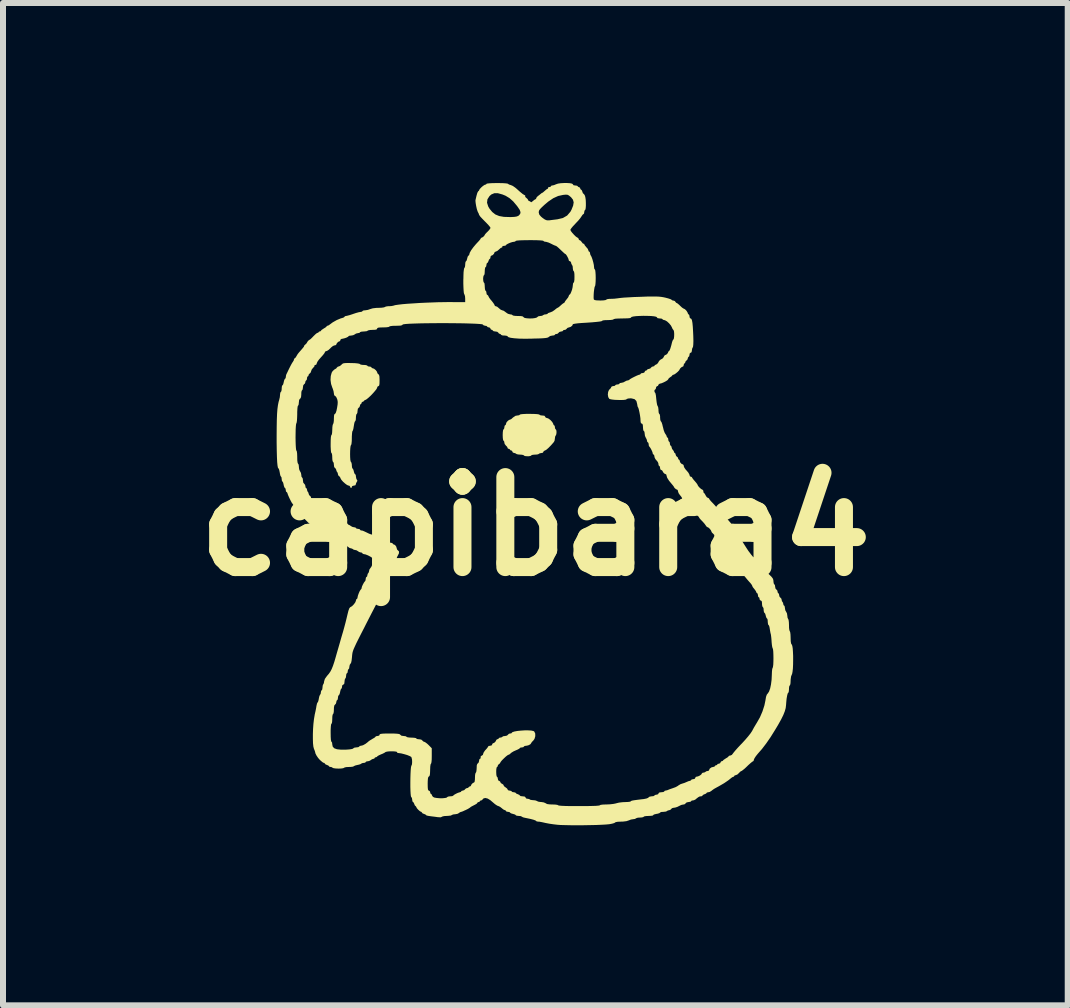
<source format=kicad_pcb>
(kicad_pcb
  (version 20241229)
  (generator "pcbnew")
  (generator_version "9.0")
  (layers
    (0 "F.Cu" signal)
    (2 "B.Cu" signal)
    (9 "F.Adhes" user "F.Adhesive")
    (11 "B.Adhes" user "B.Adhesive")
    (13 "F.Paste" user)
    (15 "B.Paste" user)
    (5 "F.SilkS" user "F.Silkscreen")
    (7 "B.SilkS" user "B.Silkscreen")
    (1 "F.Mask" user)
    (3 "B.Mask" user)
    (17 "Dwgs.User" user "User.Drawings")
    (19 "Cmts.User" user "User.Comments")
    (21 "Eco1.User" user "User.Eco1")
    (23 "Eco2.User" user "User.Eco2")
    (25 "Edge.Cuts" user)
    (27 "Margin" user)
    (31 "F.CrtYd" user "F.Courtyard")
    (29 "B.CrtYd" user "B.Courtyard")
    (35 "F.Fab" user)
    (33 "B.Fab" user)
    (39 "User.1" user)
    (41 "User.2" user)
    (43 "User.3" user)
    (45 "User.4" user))
  (footprint "capibara4"
    (layer "F.Cu")
    (at 5.871 5.722)
    (property "Reference" "capibara4" (at 0 0 0) (layer "F.SilkS") (effects (font (size 1.5 1.5) (thickness 0.3))))
    (attr board_only exclude_from_pos_files exclude_from_bom)
    (fp_poly (pts (xy -0.024 -1.874) (xy 0.029 -1.871) (xy 0.061 -1.866) (xy 0.068 -1.862) (xy 0.08 -1.853) (xy 0.109 -1.848) (xy 0.116 -1.848) (xy 0.151 -1.844) (xy 0.163 -1.83) (xy 0.163 -1.828) (xy 0.175 -1.811) (xy 0.192 -1.807) (xy 0.219 -1.797) (xy 0.251 -1.773) (xy 0.28 -1.742) (xy 0.297 -1.713) (xy 0.299 -1.704) (xy 0.307 -1.687) (xy 0.313 -1.685) (xy 0.323 -1.674) (xy 0.326 -1.651) (xy 0.331 -1.626) (xy 0.34 -1.617) (xy 0.349 -1.605) (xy 0.353 -1.576) (xy 0.353 -1.57) (xy 0.35 -1.537) (xy 0.341 -1.516) (xy 0.34 -1.515) (xy 0.33 -1.497) (xy 0.326 -1.466) (xy 0.321 -1.43) (xy 0.309 -1.406) (xy 0.261 -1.351) (xy 0.218 -1.307) (xy 0.183 -1.277) (xy 0.16 -1.264) (xy 0.158 -1.264) (xy 0.139 -1.254) (xy 0.136 -1.244) (xy 0.124 -1.227) (xy 0.103 -1.223) (xy 0.074 -1.218) (xy 0.061 -1.21) (xy 0.044 -1.201) (xy 0.009 -1.196) (xy -0.008 -1.196) (xy -0.044 -1.193) (xy -0.065 -1.186) (xy -0.068 -1.182) (xy -0.08 -1.174) (xy -0.111 -1.169) (xy -0.129 -1.169) (xy -0.166 -1.171) (xy -0.187 -1.178) (xy -0.19 -1.182) (xy -0.202 -1.19) (xy -0.233 -1.195) (xy -0.251 -1.196) (xy -0.289 -1.199) (xy -0.315 -1.206) (xy -0.319 -1.21) (xy -0.339 -1.221) (xy -0.354 -1.223) (xy -0.376 -1.232) (xy -0.381 -1.244) (xy -0.391 -1.262) (xy -0.401 -1.264) (xy -0.419 -1.271) (xy -0.421 -1.277) (xy -0.432 -1.29) (xy -0.442 -1.291) (xy -0.46 -1.3) (xy -0.462 -1.308) (xy -0.472 -1.329) (xy -0.489 -1.345) (xy -0.511 -1.373) (xy -0.516 -1.396) (xy -0.521 -1.42) (xy -0.53 -1.427) (xy -0.537 -1.44) (xy -0.542 -1.473) (xy -0.544 -1.522) (xy -0.544 -1.522) (xy -0.542 -1.571) (xy -0.537 -1.605) (xy -0.53 -1.617) (xy -0.53 -1.617) (xy -0.52 -1.629) (xy -0.516 -1.651) (xy -0.512 -1.677) (xy -0.503 -1.685) (xy -0.491 -1.696) (xy -0.489 -1.709) (xy -0.479 -1.736) (xy -0.454 -1.763) (xy -0.426 -1.779) (xy -0.419 -1.78) (xy -0.4 -1.789) (xy -0.375 -1.812) (xy -0.373 -1.814) (xy -0.33 -1.843) (xy -0.3 -1.848) (xy -0.271 -1.852) (xy -0.258 -1.862) (xy -0.258 -1.862) (xy -0.245 -1.868) (xy -0.208 -1.872) (xy -0.15 -1.875) (xy -0.095 -1.875)) (stroke (width 0) (type solid)) (fill yes) (layer "F.SilkS"))
    (fp_poly (pts (xy -3.071 -2.722) (xy -3.067 -2.722) (xy -3.003 -2.72) (xy -2.956 -2.715) (xy -2.929 -2.709) (xy -2.924 -2.705) (xy -2.909 -2.696) (xy -2.876 -2.691) (xy -2.86 -2.691) (xy -2.824 -2.688) (xy -2.802 -2.681) (xy -2.8 -2.677) (xy -2.788 -2.667) (xy -2.766 -2.664) (xy -2.74 -2.659) (xy -2.732 -2.65) (xy -2.721 -2.638) (xy -2.713 -2.636) (xy -2.687 -2.627) (xy -2.658 -2.603) (xy -2.639 -2.577) (xy -2.636 -2.565) (xy -2.625 -2.542) (xy -2.616 -2.536) (xy -2.605 -2.525) (xy -2.598 -2.497) (xy -2.596 -2.448) (xy -2.596 -2.433) (xy -2.597 -2.381) (xy -2.601 -2.352) (xy -2.61 -2.339) (xy -2.616 -2.338) (xy -2.633 -2.326) (xy -2.636 -2.311) (xy -2.646 -2.29) (xy -2.671 -2.258) (xy -2.705 -2.219) (xy -2.744 -2.178) (xy -2.782 -2.143) (xy -2.814 -2.117) (xy -2.835 -2.106) (xy -2.835 -2.106) (xy -2.852 -2.098) (xy -2.854 -2.093) (xy -2.865 -2.081) (xy -2.874 -2.079) (xy -2.892 -2.068) (xy -2.895 -2.059) (xy -2.902 -2.041) (xy -2.908 -2.039) (xy -2.92 -2.027) (xy -2.922 -2.013) (xy -2.931 -1.987) (xy -2.942 -1.979) (xy -2.958 -1.96) (xy -2.963 -1.923) (xy -2.966 -1.892) (xy -2.974 -1.876) (xy -2.976 -1.875) (xy -2.984 -1.863) (xy -2.989 -1.833) (xy -2.99 -1.814) (xy -2.992 -1.778) (xy -2.999 -1.756) (xy -3.003 -1.753) (xy -3.011 -1.741) (xy -3.019 -1.709) (xy -3.025 -1.672) (xy -3.032 -1.629) (xy -3.04 -1.599) (xy -3.046 -1.59) (xy -3.051 -1.578) (xy -3.055 -1.544) (xy -3.058 -1.496) (xy -3.058 -1.476) (xy -3.059 -1.423) (xy -3.063 -1.382) (xy -3.068 -1.359) (xy -3.071 -1.357) (xy -3.078 -1.342) (xy -3.083 -1.307) (xy -3.086 -1.259) (xy -3.087 -1.206) (xy -3.086 -1.154) (xy -3.083 -1.11) (xy -3.078 -1.083) (xy -3.074 -1.077) (xy -3.064 -1.061) (xy -3.058 -1.029) (xy -3.058 -1.018) (xy -3.055 -0.985) (xy -3.048 -0.966) (xy -3.046 -0.965) (xy -3.036 -0.953) (xy -3.026 -0.924) (xy -3.025 -0.917) (xy -3.016 -0.886) (xy -3.005 -0.87) (xy -3.003 -0.87) (xy -2.993 -0.858) (xy -2.99 -0.832) (xy -2.984 -0.798) (xy -2.974 -0.777) (xy -2.964 -0.759) (xy -2.974 -0.745) (xy -2.988 -0.717) (xy -2.99 -0.704) (xy -3 -0.684) (xy -3.024 -0.68) (xy -3.051 -0.672) (xy -3.058 -0.659) (xy -3.065 -0.641) (xy -3.071 -0.639) (xy -3.083 -0.65) (xy -3.085 -0.659) (xy -3.096 -0.676) (xy -3.112 -0.68) (xy -3.136 -0.689) (xy -3.169 -0.713) (xy -3.204 -0.744) (xy -3.232 -0.776) (xy -3.247 -0.802) (xy -3.248 -0.807) (xy -3.259 -0.828) (xy -3.268 -0.834) (xy -3.285 -0.852) (xy -3.289 -0.869) (xy -3.295 -0.895) (xy -3.302 -0.904) (xy -3.314 -0.923) (xy -3.316 -0.937) (xy -3.326 -0.962) (xy -3.336 -0.97) (xy -3.352 -0.989) (xy -3.357 -1.026) (xy -3.36 -1.057) (xy -3.368 -1.073) (xy -3.37 -1.074) (xy -3.378 -1.086) (xy -3.383 -1.118) (xy -3.384 -1.148) (xy -3.386 -1.189) (xy -3.392 -1.216) (xy -3.398 -1.223) (xy -3.404 -1.236) (xy -3.408 -1.273) (xy -3.411 -1.33) (xy -3.411 -1.373) (xy -3.41 -1.44) (xy -3.407 -1.489) (xy -3.401 -1.517) (xy -3.398 -1.522) (xy -3.39 -1.535) (xy -3.386 -1.568) (xy -3.384 -1.61) (xy -3.382 -1.656) (xy -3.377 -1.691) (xy -3.37 -1.706) (xy -3.363 -1.723) (xy -3.358 -1.758) (xy -3.357 -1.795) (xy -3.355 -1.844) (xy -3.348 -1.87) (xy -3.339 -1.875) (xy -3.327 -1.889) (xy -3.314 -1.927) (xy -3.304 -1.976) (xy -3.295 -2.033) (xy -3.293 -2.073) (xy -3.298 -2.106) (xy -3.304 -2.125) (xy -3.319 -2.157) (xy -3.336 -2.174) (xy -3.339 -2.174) (xy -3.352 -2.187) (xy -3.357 -2.216) (xy -3.363 -2.254) (xy -3.378 -2.3) (xy -3.384 -2.314) (xy -3.404 -2.374) (xy -3.413 -2.441) (xy -3.409 -2.506) (xy -3.394 -2.561) (xy -3.379 -2.586) (xy -3.354 -2.61) (xy -3.335 -2.623) (xy -3.333 -2.623) (xy -3.316 -2.634) (xy -3.311 -2.643) (xy -3.292 -2.661) (xy -3.281 -2.664) (xy -3.256 -2.673) (xy -3.231 -2.694) (xy -3.217 -2.708) (xy -3.2 -2.717) (xy -3.174 -2.721) (xy -3.133 -2.723)) (stroke (width 0) (type solid)) (fill yes) (layer "F.SilkS"))
    (fp_poly (pts (xy 0.577 -5.719) (xy 0.611 -5.712) (xy 0.625 -5.702) (xy 0.625 -5.701) (xy 0.637 -5.685) (xy 0.666 -5.681) (xy 0.695 -5.677) (xy 0.707 -5.667) (xy 0.707 -5.667) (xy 0.718 -5.655) (xy 0.727 -5.654) (xy 0.745 -5.643) (xy 0.747 -5.633) (xy 0.755 -5.615) (xy 0.761 -5.613) (xy 0.774 -5.601) (xy 0.783 -5.579) (xy 0.792 -5.553) (xy 0.801 -5.545) (xy 0.813 -5.534) (xy 0.827 -5.51) (xy 0.834 -5.481) (xy 0.84 -5.439) (xy 0.842 -5.39) (xy 0.842 -5.342) (xy 0.839 -5.302) (xy 0.833 -5.277) (xy 0.829 -5.273) (xy 0.819 -5.261) (xy 0.815 -5.239) (xy 0.811 -5.213) (xy 0.802 -5.205) (xy 0.788 -5.194) (xy 0.77 -5.168) (xy 0.768 -5.164) (xy 0.748 -5.135) (xy 0.715 -5.095) (xy 0.674 -5.052) (xy 0.665 -5.042) (xy 0.628 -5.003) (xy 0.6 -4.969) (xy 0.585 -4.946) (xy 0.584 -4.941) (xy 0.593 -4.921) (xy 0.616 -4.891) (xy 0.646 -4.858) (xy 0.676 -4.829) (xy 0.7 -4.813) (xy 0.706 -4.811) (xy 0.719 -4.8) (xy 0.72 -4.791) (xy 0.73 -4.772) (xy 0.738 -4.77) (xy 0.757 -4.759) (xy 0.774 -4.737) (xy 0.791 -4.715) (xy 0.804 -4.71) (xy 0.814 -4.707) (xy 0.815 -4.701) (xy 0.825 -4.682) (xy 0.847 -4.656) (xy 0.849 -4.653) (xy 0.873 -4.626) (xy 0.883 -4.602) (xy 0.883 -4.601) (xy 0.89 -4.582) (xy 0.897 -4.58) (xy 0.908 -4.569) (xy 0.911 -4.555) (xy 0.917 -4.527) (xy 0.922 -4.518) (xy 0.936 -4.493) (xy 0.951 -4.452) (xy 0.965 -4.402) (xy 0.975 -4.356) (xy 0.978 -4.323) (xy 0.982 -4.294) (xy 0.992 -4.281) (xy 0.992 -4.281) (xy 0.998 -4.268) (xy 1.002 -4.236) (xy 1.005 -4.19) (xy 1.006 -4.138) (xy 1.005 -4.086) (xy 1.002 -4.042) (xy 0.998 -4.012) (xy 0.994 -4.004) (xy 0.987 -3.987) (xy 0.981 -3.952) (xy 0.975 -3.906) (xy 0.972 -3.858) (xy 0.971 -3.815) (xy 0.973 -3.787) (xy 0.974 -3.784) (xy 0.986 -3.773) (xy 1.015 -3.767) (xy 1.065 -3.765) (xy 1.082 -3.764) (xy 1.133 -3.766) (xy 1.168 -3.771) (xy 1.182 -3.778) (xy 1.182 -3.778) (xy 1.195 -3.786) (xy 1.226 -3.791) (xy 1.255 -3.792) (xy 1.313 -3.794) (xy 1.374 -3.801) (xy 1.395 -3.804) (xy 1.428 -3.808) (xy 1.483 -3.813) (xy 1.556 -3.817) (xy 1.64 -3.822) (xy 1.731 -3.825) (xy 1.762 -3.826) (xy 1.864 -3.83) (xy 1.944 -3.831) (xy 2.006 -3.831) (xy 2.055 -3.829) (xy 2.096 -3.825) (xy 2.133 -3.819) (xy 2.166 -3.812) (xy 2.215 -3.799) (xy 2.251 -3.787) (xy 2.269 -3.778) (xy 2.27 -3.776) (xy 2.281 -3.767) (xy 2.297 -3.764) (xy 2.323 -3.756) (xy 2.333 -3.744) (xy 2.347 -3.726) (xy 2.354 -3.724) (xy 2.37 -3.715) (xy 2.397 -3.692) (xy 2.413 -3.676) (xy 2.443 -3.648) (xy 2.467 -3.631) (xy 2.474 -3.629) (xy 2.494 -3.618) (xy 2.518 -3.594) (xy 2.536 -3.566) (xy 2.541 -3.55) (xy 2.55 -3.535) (xy 2.555 -3.533) (xy 2.565 -3.522) (xy 2.569 -3.499) (xy 2.575 -3.473) (xy 2.587 -3.465) (xy 2.6 -3.458) (xy 2.61 -3.434) (xy 2.618 -3.391) (xy 2.624 -3.328) (xy 2.629 -3.24) (xy 2.632 -3.175) (xy 2.634 -3.091) (xy 2.632 -3.03) (xy 2.628 -2.994) (xy 2.624 -2.985) (xy 2.613 -2.962) (xy 2.609 -2.933) (xy 2.603 -2.902) (xy 2.589 -2.895) (xy 2.573 -2.883) (xy 2.569 -2.861) (xy 2.564 -2.835) (xy 2.555 -2.827) (xy 2.544 -2.815) (xy 2.541 -2.801) (xy 2.532 -2.776) (xy 2.521 -2.767) (xy 2.503 -2.749) (xy 2.501 -2.739) (xy 2.493 -2.72) (xy 2.487 -2.718) (xy 2.476 -2.707) (xy 2.473 -2.691) (xy 2.467 -2.669) (xy 2.459 -2.664) (xy 2.439 -2.655) (xy 2.417 -2.636) (xy 2.406 -2.618) (xy 2.405 -2.617) (xy 2.396 -2.6) (xy 2.372 -2.575) (xy 2.342 -2.55) (xy 2.315 -2.532) (xy 2.303 -2.528) (xy 2.285 -2.522) (xy 2.283 -2.516) (xy 2.272 -2.503) (xy 2.249 -2.487) (xy 2.224 -2.468) (xy 2.215 -2.452) (xy 2.204 -2.438) (xy 2.175 -2.419) (xy 2.138 -2.4) (xy 2.102 -2.385) (xy 2.073 -2.378) (xy 2.073 -2.378) (xy 2.055 -2.367) (xy 2.052 -2.358) (xy 2.041 -2.34) (xy 2.032 -2.338) (xy 2.015 -2.326) (xy 2.011 -2.31) (xy 2.006 -2.288) (xy 1.998 -2.283) (xy 1.987 -2.272) (xy 1.984 -2.256) (xy 1.989 -2.234) (xy 1.996 -2.229) (xy 2.002 -2.216) (xy 2.009 -2.183) (xy 2.014 -2.136) (xy 2.015 -2.125) (xy 2.021 -2.073) (xy 2.028 -2.032) (xy 2.036 -2.008) (xy 2.038 -2.007) (xy 2.047 -1.985) (xy 2.052 -1.948) (xy 2.052 -1.934) (xy 2.055 -1.898) (xy 2.062 -1.878) (xy 2.066 -1.875) (xy 2.074 -1.863) (xy 2.079 -1.833) (xy 2.079 -1.815) (xy 2.082 -1.778) (xy 2.089 -1.754) (xy 2.093 -1.751) (xy 2.103 -1.736) (xy 2.115 -1.702) (xy 2.126 -1.655) (xy 2.127 -1.654) (xy 2.139 -1.604) (xy 2.154 -1.564) (xy 2.167 -1.541) (xy 2.184 -1.516) (xy 2.188 -1.501) (xy 2.196 -1.483) (xy 2.202 -1.481) (xy 2.212 -1.47) (xy 2.215 -1.447) (xy 2.22 -1.422) (xy 2.229 -1.413) (xy 2.239 -1.402) (xy 2.242 -1.379) (xy 2.247 -1.354) (xy 2.256 -1.345) (xy 2.267 -1.334) (xy 2.27 -1.32) (xy 2.279 -1.29) (xy 2.29 -1.277) (xy 2.307 -1.254) (xy 2.31 -1.242) (xy 2.318 -1.225) (xy 2.324 -1.223) (xy 2.335 -1.212) (xy 2.338 -1.197) (xy 2.347 -1.172) (xy 2.358 -1.164) (xy 2.376 -1.146) (xy 2.378 -1.135) (xy 2.385 -1.117) (xy 2.392 -1.114) (xy 2.404 -1.103) (xy 2.405 -1.093) (xy 2.415 -1.065) (xy 2.438 -1.041) (xy 2.459 -1.033) (xy 2.471 -1.021) (xy 2.473 -1.005) (xy 2.483 -0.979) (xy 2.506 -0.946) (xy 2.521 -0.93) (xy 2.549 -0.897) (xy 2.566 -0.867) (xy 2.569 -0.856) (xy 2.577 -0.834) (xy 2.589 -0.829) (xy 2.607 -0.823) (xy 2.609 -0.818) (xy 2.618 -0.803) (xy 2.639 -0.775) (xy 2.657 -0.755) (xy 2.684 -0.723) (xy 2.701 -0.699) (xy 2.704 -0.691) (xy 2.714 -0.672) (xy 2.736 -0.647) (xy 2.763 -0.623) (xy 2.783 -0.612) (xy 2.785 -0.612) (xy 2.797 -0.6) (xy 2.8 -0.584) (xy 2.804 -0.562) (xy 2.81 -0.557) (xy 2.822 -0.546) (xy 2.837 -0.519) (xy 2.838 -0.516) (xy 2.856 -0.488) (xy 2.874 -0.476) (xy 2.875 -0.476) (xy 2.893 -0.468) (xy 2.895 -0.463) (xy 2.904 -0.447) (xy 2.927 -0.419) (xy 2.961 -0.384) (xy 2.963 -0.382) (xy 2.996 -0.346) (xy 3.021 -0.317) (xy 3.031 -0.3) (xy 3.031 -0.3) (xy 3.041 -0.286) (xy 3.044 -0.285) (xy 3.057 -0.275) (xy 3.058 -0.271) (xy 3.068 -0.248) (xy 3.091 -0.226) (xy 3.111 -0.217) (xy 3.125 -0.207) (xy 3.126 -0.203) (xy 3.136 -0.18) (xy 3.159 -0.158) (xy 3.179 -0.149) (xy 3.193 -0.14) (xy 3.194 -0.136) (xy 3.202 -0.12) (xy 3.225 -0.092) (xy 3.248 -0.066) (xy 3.278 -0.031) (xy 3.298 0.001) (xy 3.302 0.016) (xy 3.312 0.058) (xy 3.337 0.104) (xy 3.37 0.142) (xy 3.39 0.166) (xy 3.419 0.206) (xy 3.452 0.254) (xy 3.462 0.271) (xy 3.496 0.325) (xy 3.528 0.375) (xy 3.554 0.414) (xy 3.56 0.421) (xy 3.595 0.468) (xy 3.645 0.528) (xy 3.703 0.595) (xy 3.763 0.663) (xy 3.821 0.725) (xy 3.871 0.777) (xy 3.893 0.798) (xy 3.933 0.837) (xy 3.956 0.866) (xy 3.966 0.892) (xy 3.968 0.917) (xy 3.972 0.948) (xy 3.98 0.964) (xy 3.982 0.965) (xy 3.992 0.977) (xy 3.996 1.004) (xy 4.002 1.036) (xy 4.016 1.051) (xy 4.033 1.07) (xy 4.036 1.087) (xy 4.042 1.109) (xy 4.05 1.114) (xy 4.06 1.126) (xy 4.063 1.147) (xy 4.071 1.175) (xy 4.084 1.187) (xy 4.101 1.206) (xy 4.104 1.222) (xy 4.11 1.248) (xy 4.118 1.257) (xy 4.129 1.276) (xy 4.131 1.292) (xy 4.137 1.314) (xy 4.145 1.318) (xy 4.154 1.33) (xy 4.159 1.359) (xy 4.159 1.36) (xy 4.165 1.397) (xy 4.179 1.422) (xy 4.193 1.449) (xy 4.199 1.487) (xy 4.199 1.488) (xy 4.203 1.522) (xy 4.212 1.542) (xy 4.213 1.542) (xy 4.22 1.559) (xy 4.225 1.596) (xy 4.227 1.643) (xy 4.227 1.644) (xy 4.228 1.692) (xy 4.233 1.729) (xy 4.24 1.746) (xy 4.24 1.746) (xy 4.247 1.763) (xy 4.252 1.8) (xy 4.254 1.848) (xy 4.254 1.854) (xy 4.256 1.914) (xy 4.262 1.952) (xy 4.274 1.971) (xy 4.282 1.991) (xy 4.289 2.033) (xy 4.293 2.091) (xy 4.296 2.159) (xy 4.296 2.232) (xy 4.295 2.303) (xy 4.292 2.369) (xy 4.286 2.422) (xy 4.279 2.458) (xy 4.275 2.467) (xy 4.262 2.499) (xy 4.255 2.549) (xy 4.254 2.572) (xy 4.252 2.614) (xy 4.246 2.642) (xy 4.24 2.65) (xy 4.232 2.662) (xy 4.227 2.693) (xy 4.227 2.711) (xy 4.224 2.748) (xy 4.218 2.77) (xy 4.214 2.772) (xy 4.205 2.785) (xy 4.196 2.82) (xy 4.187 2.872) (xy 4.181 2.936) (xy 4.178 2.977) (xy 4.172 3.027) (xy 4.157 3.081) (xy 4.132 3.144) (xy 4.095 3.219) (xy 4.044 3.31) (xy 3.996 3.39) (xy 3.92 3.512) (xy 3.848 3.616) (xy 3.777 3.709) (xy 3.707 3.789) (xy 3.675 3.829) (xy 3.652 3.864) (xy 3.642 3.887) (xy 3.642 3.888) (xy 3.636 3.909) (xy 3.628 3.914) (xy 3.613 3.923) (xy 3.584 3.947) (xy 3.546 3.981) (xy 3.531 3.996) (xy 3.492 4.033) (xy 3.458 4.061) (xy 3.437 4.076) (xy 3.433 4.077) (xy 3.415 4.087) (xy 3.392 4.111) (xy 3.392 4.111) (xy 3.366 4.135) (xy 3.341 4.145) (xy 3.32 4.151) (xy 3.316 4.159) (xy 3.306 4.172) (xy 3.301 4.172) (xy 3.28 4.181) (xy 3.269 4.189) (xy 3.217 4.231) (xy 3.145 4.28) (xy 3.057 4.331) (xy 3.02 4.351) (xy 2.979 4.374) (xy 2.945 4.398) (xy 2.936 4.406) (xy 2.906 4.425) (xy 2.882 4.43) (xy 2.859 4.435) (xy 2.854 4.443) (xy 2.842 4.454) (xy 2.82 4.463) (xy 2.795 4.474) (xy 2.786 4.485) (xy 2.775 4.496) (xy 2.758 4.498) (xy 2.737 4.501) (xy 2.715 4.513) (xy 2.684 4.537) (xy 2.671 4.549) (xy 2.642 4.564) (xy 2.624 4.566) (xy 2.601 4.572) (xy 2.596 4.58) (xy 2.584 4.589) (xy 2.555 4.593) (xy 2.555 4.593) (xy 2.521 4.6) (xy 2.506 4.614) (xy 2.487 4.631) (xy 2.472 4.634) (xy 2.438 4.64) (xy 2.419 4.648) (xy 2.383 4.666) (xy 2.365 4.675) (xy 2.329 4.686) (xy 2.305 4.689) (xy 2.277 4.696) (xy 2.265 4.709) (xy 2.246 4.726) (xy 2.23 4.729) (xy 2.204 4.736) (xy 2.195 4.743) (xy 2.177 4.752) (xy 2.143 4.756) (xy 2.133 4.757) (xy 2.099 4.759) (xy 2.081 4.767) (xy 2.079 4.769) (xy 2.067 4.779) (xy 2.037 4.788) (xy 2.018 4.791) (xy 1.984 4.799) (xy 1.966 4.808) (xy 1.965 4.812) (xy 1.956 4.819) (xy 1.928 4.823) (xy 1.89 4.825) (xy 1.846 4.827) (xy 1.816 4.832) (xy 1.807 4.838) (xy 1.795 4.846) (xy 1.765 4.851) (xy 1.747 4.852) (xy 1.709 4.854) (xy 1.683 4.862) (xy 1.678 4.865) (xy 1.66 4.875) (xy 1.633 4.879) (xy 1.594 4.885) (xy 1.558 4.899) (xy 1.518 4.912) (xy 1.461 4.919) (xy 1.427 4.92) (xy 1.375 4.922) (xy 1.34 4.928) (xy 1.329 4.935) (xy 1.314 4.944) (xy 1.279 4.954) (xy 1.232 4.963) (xy 1.229 4.963) (xy 1.177 4.968) (xy 1.103 4.972) (xy 1.012 4.976) (xy 0.91 4.978) (xy 0.803 4.98) (xy 0.694 4.981) (xy 0.591 4.98) (xy 0.497 4.978) (xy 0.42 4.976) (xy 0.367 4.972) (xy 0.299 4.964) (xy 0.231 4.954) (xy 0.174 4.943) (xy 0.16 4.94) (xy 0.111 4.929) (xy 0.068 4.921) (xy 0.048 4.92) (xy 0.022 4.916) (xy 0.014 4.909) (xy 0.001 4.9) (xy -0.032 4.888) (xy -0.081 4.875) (xy -0.139 4.863) (xy -0.173 4.856) (xy -0.206 4.848) (xy -0.225 4.837) (xy -0.225 4.837) (xy -0.243 4.828) (xy -0.275 4.825) (xy -0.279 4.825) (xy -0.311 4.821) (xy -0.326 4.814) (xy -0.326 4.812) (xy -0.338 4.802) (xy -0.367 4.793) (xy -0.374 4.791) (xy -0.405 4.782) (xy -0.421 4.771) (xy -0.421 4.77) (xy -0.433 4.76) (xy -0.455 4.757) (xy -0.481 4.752) (xy -0.489 4.743) (xy -0.5 4.73) (xy -0.506 4.729) (xy -0.527 4.721) (xy -0.555 4.7) (xy -0.56 4.695) (xy -0.589 4.673) (xy -0.612 4.662) (xy -0.615 4.661) (xy -0.636 4.653) (xy -0.666 4.633) (xy -0.673 4.628) (xy -0.713 4.594) (xy -0.753 4.56) (xy -0.754 4.56) (xy -0.793 4.536) (xy -0.831 4.526) (xy -0.862 4.532) (xy -0.875 4.546) (xy -0.893 4.564) (xy -0.903 4.566) (xy -0.922 4.573) (xy -0.924 4.58) (xy -0.935 4.592) (xy -0.945 4.593) (xy -0.963 4.6) (xy -0.965 4.606) (xy -0.976 4.62) (xy -1.004 4.637) (xy -1.016 4.643) (xy -1.049 4.66) (xy -1.071 4.672) (xy -1.074 4.674) (xy -1.094 4.69) (xy -1.125 4.709) (xy -1.154 4.723) (xy -1.155 4.724) (xy -1.185 4.737) (xy -1.199 4.744) (xy -1.226 4.755) (xy -1.237 4.757) (xy -1.258 4.765) (xy -1.273 4.777) (xy -1.3 4.791) (xy -1.338 4.797) (xy -1.339 4.797) (xy -1.372 4.801) (xy -1.392 4.81) (xy -1.393 4.811) (xy -1.41 4.819) (xy -1.446 4.823) (xy -1.475 4.825) (xy -1.517 4.827) (xy -1.548 4.834) (xy -1.557 4.839) (xy -1.577 4.848) (xy -1.617 4.846) (xy -1.622 4.846) (xy -1.671 4.839) (xy -1.728 4.832) (xy -1.75 4.829) (xy -1.79 4.823) (xy -1.815 4.816) (xy -1.821 4.811) (xy -1.833 4.8) (xy -1.855 4.792) (xy -1.881 4.781) (xy -1.889 4.77) (xy -1.899 4.757) (xy -1.903 4.757) (xy -1.923 4.747) (xy -1.949 4.724) (xy -1.973 4.698) (xy -1.984 4.677) (xy -1.984 4.676) (xy -1.993 4.662) (xy -1.996 4.661) (xy -2.008 4.65) (xy -2.017 4.627) (xy -2.028 4.602) (xy -2.039 4.593) (xy -2.048 4.582) (xy -2.052 4.554) (xy -2.057 4.524) (xy -2.069 4.509) (xy -2.074 4.494) (xy -2.078 4.457) (xy -2.081 4.404) (xy -2.083 4.339) (xy -2.083 4.267) (xy -2.082 4.194) (xy -2.08 4.125) (xy -2.077 4.065) (xy -2.073 4.02) (xy -2.068 3.994) (xy -2.066 3.99) (xy -2.056 3.966) (xy -2.053 3.927) (xy -2.055 3.885) (xy -2.063 3.852) (xy -2.069 3.841) (xy -2.094 3.827) (xy -2.136 3.81) (xy -2.187 3.795) (xy -2.235 3.783) (xy -2.273 3.778) (xy -2.275 3.778) (xy -2.299 3.774) (xy -2.304 3.764) (xy -2.31 3.756) (xy -2.336 3.751) (xy -2.374 3.748) (xy -2.417 3.748) (xy -2.458 3.751) (xy -2.488 3.757) (xy -2.501 3.763) (xy -2.516 3.774) (xy -2.549 3.79) (xy -2.572 3.799) (xy -2.609 3.816) (xy -2.632 3.83) (xy -2.636 3.836) (xy -2.648 3.845) (xy -2.657 3.846) (xy -2.675 3.853) (xy -2.677 3.86) (xy -2.688 3.872) (xy -2.699 3.873) (xy -2.725 3.882) (xy -2.74 3.894) (xy -2.77 3.91) (xy -2.794 3.914) (xy -2.819 3.919) (xy -2.827 3.928) (xy -2.838 3.938) (xy -2.86 3.941) (xy -2.888 3.946) (xy -2.901 3.954) (xy -2.918 3.964) (xy -2.951 3.973) (xy -2.963 3.975) (xy -2.999 3.984) (xy -3.022 3.994) (xy -3.025 3.997) (xy -3.041 4.004) (xy -3.076 4.008) (xy -3.105 4.009) (xy -3.148 4.011) (xy -3.178 4.017) (xy -3.187 4.023) (xy -3.204 4.03) (xy -3.24 4.035) (xy -3.282 4.036) (xy -3.328 4.034) (xy -3.363 4.029) (xy -3.377 4.023) (xy -3.396 4.011) (xy -3.412 4.009) (xy -3.434 4.004) (xy -3.438 3.997) (xy -3.45 3.985) (xy -3.472 3.976) (xy -3.498 3.965) (xy -3.506 3.954) (xy -3.517 3.942) (xy -3.521 3.941) (xy -3.534 3.938) (xy -3.551 3.926) (xy -3.581 3.9) (xy -3.591 3.891) (xy -3.62 3.858) (xy -3.647 3.818) (xy -3.665 3.782) (xy -3.669 3.763) (xy -3.675 3.742) (xy -3.688 3.709) (xy -3.69 3.704) (xy -3.699 3.669) (xy -3.705 3.613) (xy -3.707 3.542) (xy -3.707 3.46) (xy -3.704 3.374) (xy -3.698 3.29) (xy -3.689 3.212) (xy -3.678 3.147) (xy -3.677 3.139) (xy -3.664 3.082) (xy -3.653 3.027) (xy -3.647 2.988) (xy -3.646 2.986) (xy -3.639 2.954) (xy -3.631 2.936) (xy -3.629 2.935) (xy -3.621 2.923) (xy -3.612 2.893) (xy -3.609 2.875) (xy -3.601 2.836) (xy -3.591 2.811) (xy -3.587 2.806) (xy -3.577 2.788) (xy -3.574 2.765) (xy -3.569 2.74) (xy -3.561 2.732) (xy -3.552 2.72) (xy -3.547 2.69) (xy -3.547 2.685) (xy -3.543 2.651) (xy -3.535 2.631) (xy -3.533 2.63) (xy -3.524 2.611) (xy -3.52 2.583) (xy -3.507 2.541) (xy -3.472 2.492) (xy -3.441 2.456) (xy -3.416 2.42) (xy -3.394 2.378) (xy -3.373 2.326) (xy -3.35 2.258) (xy -3.324 2.169) (xy -3.318 2.147) (xy -3.292 2.057) (xy -3.263 1.957) (xy -3.235 1.858) (xy -3.21 1.773) (xy -3.209 1.771) (xy -3.187 1.692) (xy -3.165 1.61) (xy -3.146 1.533) (xy -3.132 1.474) (xy -3.115 1.406) (xy -3.099 1.363) (xy -3.086 1.348) (xy -3.054 1.329) (xy -3.023 1.297) (xy -2.999 1.263) (xy -2.99 1.238) (xy -2.984 1.215) (xy -2.976 1.21) (xy -2.965 1.198) (xy -2.963 1.183) (xy -2.957 1.155) (xy -2.944 1.118) (xy -2.928 1.081) (xy -2.912 1.055) (xy -2.905 1.049) (xy -2.895 1.033) (xy -2.895 1.026) (xy -2.889 1.002) (xy -2.874 0.969) (xy -2.856 0.936) (xy -2.84 0.915) (xy -2.837 0.913) (xy -2.829 0.897) (xy -2.827 0.875) (xy -2.822 0.85) (xy -2.813 0.843) (xy -2.802 0.831) (xy -2.8 0.816) (xy -2.793 0.79) (xy -2.786 0.781) (xy -2.774 0.762) (xy -2.772 0.748) (xy -2.764 0.716) (xy -2.755 0.704) (xy -2.733 0.673) (xy -2.714 0.631) (xy -2.7 0.588) (xy -2.695 0.554) (xy -2.696 0.547) (xy -2.713 0.528) (xy -2.747 0.505) (xy -2.789 0.483) (xy -2.83 0.467) (xy -2.858 0.462) (xy -2.878 0.455) (xy -2.881 0.448) (xy -2.892 0.437) (xy -2.907 0.435) (xy -2.938 0.426) (xy -2.954 0.414) (xy -2.983 0.397) (xy -3.002 0.394) (xy -3.028 0.388) (xy -3.037 0.381) (xy -3.057 0.369) (xy -3.071 0.367) (xy -3.1 0.357) (xy -3.112 0.347) (xy -3.139 0.329) (xy -3.155 0.326) (xy -3.176 0.32) (xy -3.18 0.313) (xy -3.192 0.302) (xy -3.214 0.299) (xy -3.24 0.295) (xy -3.248 0.287) (xy -3.26 0.275) (xy -3.282 0.266) (xy -3.307 0.255) (xy -3.316 0.244) (xy -3.328 0.234) (xy -3.35 0.231) (xy -3.376 0.228) (xy -3.384 0.221) (xy -3.395 0.21) (xy -3.425 0.195) (xy -3.445 0.186) (xy -3.481 0.169) (xy -3.503 0.154) (xy -3.506 0.148) (xy -3.517 0.137) (xy -3.527 0.136) (xy -3.545 0.13) (xy -3.547 0.125) (xy -3.558 0.113) (xy -3.585 0.095) (xy -3.595 0.089) (xy -3.625 0.07) (xy -3.641 0.055) (xy -3.642 0.052) (xy -3.653 0.041) (xy -3.656 0.041) (xy -3.678 0.033) (xy -3.691 0.024) (xy -3.715 0.003) (xy -3.749 -0.029) (xy -3.788 -0.067) (xy -3.827 -0.106) (xy -3.862 -0.142) (xy -3.888 -0.169) (xy -3.9 -0.183) (xy -3.9 -0.184) (xy -3.909 -0.197) (xy -3.931 -0.22) (xy -3.934 -0.223) (xy -3.958 -0.249) (xy -3.968 -0.269) (xy -3.968 -0.27) (xy -3.976 -0.285) (xy -3.979 -0.285) (xy -3.992 -0.296) (xy -4.011 -0.322) (xy -4.015 -0.33) (xy -4.034 -0.36) (xy -4.047 -0.379) (xy -4.049 -0.381) (xy -4.061 -0.398) (xy -4.079 -0.432) (xy -4.099 -0.473) (xy -4.117 -0.513) (xy -4.129 -0.544) (xy -4.131 -0.554) (xy -4.14 -0.57) (xy -4.145 -0.571) (xy -4.155 -0.582) (xy -4.159 -0.605) (xy -4.163 -0.63) (xy -4.172 -0.639) (xy -4.182 -0.651) (xy -4.192 -0.681) (xy -4.194 -0.693) (xy -4.202 -0.727) (xy -4.212 -0.746) (xy -4.215 -0.747) (xy -4.223 -0.759) (xy -4.227 -0.788) (xy -4.227 -0.788) (xy -4.23 -0.817) (xy -4.238 -0.829) (xy -4.238 -0.829) (xy -4.247 -0.841) (xy -4.255 -0.872) (xy -4.259 -0.897) (xy -4.267 -0.936) (xy -4.275 -0.96) (xy -4.28 -0.965) (xy -4.289 -0.976) (xy -4.296 -1.012) (xy -4.302 -1.071) (xy -4.306 -1.155) (xy -4.309 -1.265) (xy -4.311 -1.401) (xy -4.311 -1.484) (xy -3.996 -1.484) (xy -3.995 -1.417) (xy -3.993 -1.356) (xy -3.99 -1.307) (xy -3.986 -1.274) (xy -3.982 -1.264) (xy -3.975 -1.251) (xy -3.97 -1.216) (xy -3.968 -1.165) (xy -3.968 -1.155) (xy -3.967 -1.101) (xy -3.962 -1.063) (xy -3.956 -1.047) (xy -3.955 -1.046) (xy -3.946 -1.034) (xy -3.941 -1.004) (xy -3.941 -0.993) (xy -3.936 -0.953) (xy -3.924 -0.923) (xy -3.921 -0.919) (xy -3.906 -0.891) (xy -3.9 -0.857) (xy -3.897 -0.828) (xy -3.887 -0.815) (xy -3.887 -0.815) (xy -3.878 -0.803) (xy -3.873 -0.774) (xy -3.873 -0.767) (xy -3.867 -0.729) (xy -3.853 -0.712) (xy -3.837 -0.693) (xy -3.832 -0.671) (xy -3.828 -0.646) (xy -3.819 -0.639) (xy -3.808 -0.627) (xy -3.805 -0.612) (xy -3.799 -0.586) (xy -3.792 -0.578) (xy -3.78 -0.558) (xy -3.778 -0.544) (xy -3.768 -0.519) (xy -3.758 -0.512) (xy -3.741 -0.493) (xy -3.737 -0.476) (xy -3.729 -0.454) (xy -3.717 -0.448) (xy -3.699 -0.443) (xy -3.697 -0.438) (xy -3.688 -0.422) (xy -3.669 -0.396) (xy -3.646 -0.371) (xy -3.627 -0.355) (xy -3.623 -0.353) (xy -3.61 -0.348) (xy -3.588 -0.331) (xy -3.553 -0.3) (xy -3.52 -0.268) (xy -3.488 -0.24) (xy -3.463 -0.221) (xy -3.453 -0.217) (xy -3.439 -0.208) (xy -3.438 -0.204) (xy -3.427 -0.192) (xy -3.414 -0.19) (xy -3.39 -0.18) (xy -3.365 -0.156) (xy -3.33 -0.128) (xy -3.297 -0.122) (xy -3.253 -0.111) (xy -3.229 -0.088) (xy -3.193 -0.06) (xy -3.165 -0.054) (xy -3.137 -0.05) (xy -3.126 -0.041) (xy -3.115 -0.028) (xy -3.111 -0.027) (xy -3.09 -0.018) (xy -3.076 -0.007) (xy -3.047 0.009) (xy -3.023 0.014) (xy -2.998 0.018) (xy -2.99 0.027) (xy -2.978 0.037) (xy -2.956 0.041) (xy -2.93 0.045) (xy -2.922 0.054) (xy -2.911 0.066) (xy -2.901 0.068) (xy -2.887 0.069) (xy -2.871 0.074) (xy -2.844 0.086) (xy -2.802 0.106) (xy -2.788 0.113) (xy -2.754 0.128) (xy -2.727 0.136) (xy -2.725 0.136) (xy -2.705 0.142) (xy -2.702 0.146) (xy -2.685 0.162) (xy -2.652 0.18) (xy -2.613 0.196) (xy -2.58 0.204) (xy -2.574 0.204) (xy -2.549 0.209) (xy -2.541 0.217) (xy -2.53 0.228) (xy -2.513 0.231) (xy -2.48 0.24) (xy -2.465 0.251) (xy -2.435 0.268) (xy -2.411 0.272) (xy -2.386 0.277) (xy -2.378 0.285) (xy -2.368 0.298) (xy -2.364 0.299) (xy -2.338 0.31) (xy -2.318 0.337) (xy -2.31 0.365) (xy -2.301 0.39) (xy -2.29 0.399) (xy -2.272 0.418) (xy -2.273 0.449) (xy -2.29 0.483) (xy -2.306 0.514) (xy -2.31 0.533) (xy -2.317 0.554) (xy -2.324 0.557) (xy -2.334 0.569) (xy -2.338 0.591) (xy -2.345 0.618) (xy -2.358 0.625) (xy -2.374 0.637) (xy -2.378 0.656) (xy -2.389 0.688) (xy -2.405 0.707) (xy -2.427 0.733) (xy -2.433 0.755) (xy -2.441 0.784) (xy -2.462 0.818) (xy -2.467 0.823) (xy -2.492 0.863) (xy -2.508 0.904) (xy -2.509 0.907) (xy -2.518 0.937) (xy -2.529 0.951) (xy -2.53 0.951) (xy -2.537 0.96) (xy -2.535 0.965) (xy -2.538 0.977) (xy -2.547 0.978) (xy -2.562 0.987) (xy -2.568 1.014) (xy -2.569 1.033) (xy -2.572 1.067) (xy -2.579 1.086) (xy -2.582 1.087) (xy -2.593 1.099) (xy -2.596 1.114) (xy -2.605 1.137) (xy -2.619 1.142) (xy -2.634 1.145) (xy -2.626 1.158) (xy -2.611 1.186) (xy -2.616 1.225) (xy -2.631 1.257) (xy -2.642 1.279) (xy -2.664 1.322) (xy -2.695 1.382) (xy -2.734 1.457) (xy -2.778 1.543) (xy -2.826 1.637) (xy -2.85 1.685) (xy -2.905 1.792) (xy -2.949 1.879) (xy -2.983 1.947) (xy -3.008 2.001) (xy -3.027 2.043) (xy -3.039 2.076) (xy -3.047 2.105) (xy -3.051 2.131) (xy -3.054 2.157) (xy -3.055 2.174) (xy -3.062 2.237) (xy -3.071 2.276) (xy -3.08 2.287) (xy -3.093 2.308) (xy -3.099 2.338) (xy -3.103 2.367) (xy -3.112 2.378) (xy -3.122 2.39) (xy -3.126 2.412) (xy -3.13 2.438) (xy -3.139 2.446) (xy -3.149 2.458) (xy -3.153 2.486) (xy -3.157 2.518) (xy -3.167 2.535) (xy -3.176 2.553) (xy -3.18 2.586) (xy -3.18 2.59) (xy -3.185 2.625) (xy -3.199 2.636) (xy -3.2 2.636) (xy -3.217 2.648) (xy -3.221 2.67) (xy -3.225 2.696) (xy -3.233 2.704) (xy -3.242 2.716) (xy -3.251 2.746) (xy -3.253 2.759) (xy -3.262 2.793) (xy -3.272 2.812) (xy -3.275 2.813) (xy -3.285 2.825) (xy -3.289 2.853) (xy -3.289 2.854) (xy -3.293 2.883) (xy -3.302 2.895) (xy -3.302 2.895) (xy -3.313 2.906) (xy -3.316 2.927) (xy -3.324 2.955) (xy -3.336 2.968) (xy -3.349 2.982) (xy -3.356 3.016) (xy -3.357 3.051) (xy -3.359 3.092) (xy -3.365 3.119) (xy -3.37 3.126) (xy -3.378 3.138) (xy -3.383 3.17) (xy -3.384 3.207) (xy -3.386 3.251) (xy -3.391 3.28) (xy -3.398 3.289) (xy -3.404 3.302) (xy -3.408 3.338) (xy -3.411 3.395) (xy -3.411 3.438) (xy -3.41 3.506) (xy -3.407 3.555) (xy -3.401 3.583) (xy -3.398 3.588) (xy -3.388 3.6) (xy -3.384 3.629) (xy -3.384 3.634) (xy -3.376 3.671) (xy -3.35 3.698) (xy -3.305 3.714) (xy -3.237 3.721) (xy -3.163 3.721) (xy -3.095 3.716) (xy -3.052 3.709) (xy -3.034 3.7) (xy -3.034 3.699) (xy -3.018 3.688) (xy -2.986 3.683) (xy -2.982 3.683) (xy -2.951 3.679) (xy -2.936 3.671) (xy -2.935 3.669) (xy -2.924 3.658) (xy -2.908 3.656) (xy -2.872 3.647) (xy -2.829 3.623) (xy -2.789 3.592) (xy -2.786 3.588) (xy -2.761 3.569) (xy -2.724 3.547) (xy -2.715 3.541) (xy -2.683 3.523) (xy -2.665 3.508) (xy -2.664 3.504) (xy -2.652 3.496) (xy -2.63 3.493) (xy -2.602 3.486) (xy -2.596 3.472) (xy -2.592 3.464) (xy -2.577 3.458) (xy -2.547 3.454) (xy -2.498 3.452) (xy -2.427 3.452) (xy -2.355 3.452) (xy -2.305 3.455) (xy -2.274 3.459) (xy -2.257 3.465) (xy -2.251 3.472) (xy -2.231 3.488) (xy -2.195 3.493) (xy -2.164 3.496) (xy -2.148 3.504) (xy -2.147 3.506) (xy -2.135 3.513) (xy -2.103 3.518) (xy -2.066 3.52) (xy -2.022 3.522) (xy -1.993 3.527) (xy -1.984 3.533) (xy -1.972 3.543) (xy -1.943 3.547) (xy -1.938 3.547) (xy -1.901 3.553) (xy -1.884 3.567) (xy -1.866 3.585) (xy -1.855 3.588) (xy -1.835 3.597) (xy -1.804 3.62) (xy -1.78 3.642) (xy -1.726 3.697) (xy -1.726 3.826) (xy -1.727 3.887) (xy -1.731 3.93) (xy -1.737 3.953) (xy -1.74 3.955) (xy -1.746 3.967) (xy -1.751 4.002) (xy -1.753 4.052) (xy -1.753 4.057) (xy -1.755 4.113) (xy -1.759 4.147) (xy -1.768 4.164) (xy -1.774 4.167) (xy -1.784 4.178) (xy -1.79 4.202) (xy -1.793 4.245) (xy -1.794 4.289) (xy -1.793 4.346) (xy -1.79 4.381) (xy -1.783 4.399) (xy -1.774 4.403) (xy -1.757 4.415) (xy -1.753 4.43) (xy -1.747 4.452) (xy -1.74 4.458) (xy -1.726 4.468) (xy -1.726 4.472) (xy -1.717 4.493) (xy -1.704 4.508) (xy -1.682 4.519) (xy -1.642 4.526) (xy -1.594 4.53) (xy -1.545 4.53) (xy -1.503 4.526) (xy -1.476 4.519) (xy -1.471 4.513) (xy -1.455 4.503) (xy -1.424 4.498) (xy -1.42 4.498) (xy -1.388 4.496) (xy -1.371 4.489) (xy -1.37 4.488) (xy -1.355 4.474) (xy -1.324 4.456) (xy -1.29 4.44) (xy -1.261 4.431) (xy -1.256 4.43) (xy -1.239 4.423) (xy -1.237 4.417) (xy -1.225 4.406) (xy -1.209 4.403) (xy -1.183 4.394) (xy -1.174 4.383) (xy -1.155 4.366) (xy -1.14 4.362) (xy -1.119 4.356) (xy -1.114 4.349) (xy -1.103 4.337) (xy -1.094 4.335) (xy -1.076 4.327) (xy -1.074 4.321) (xy -1.063 4.298) (xy -1.041 4.276) (xy -1.02 4.267) (xy -1.012 4.255) (xy -1.007 4.22) (xy -1.006 4.186) (xy -1.004 4.142) (xy -0.998 4.113) (xy -0.992 4.104) (xy -0.985 4.092) (xy -0.98 4.06) (xy -0.978 4.031) (xy -0.976 3.983) (xy -0.967 3.956) (xy -0.958 3.95) (xy -0.943 3.932) (xy -0.938 3.908) (xy -0.933 3.882) (xy -0.924 3.873) (xy -0.912 3.866) (xy -0.912 3.863) (xy -0.91 3.831) (xy -0.892 3.819) (xy -0.89 3.819) (xy -0.874 3.807) (xy -0.87 3.791) (xy -0.86 3.765) (xy -0.837 3.732) (xy -0.829 3.724) (xy -0.804 3.696) (xy -0.789 3.674) (xy -0.788 3.67) (xy -0.777 3.659) (xy -0.754 3.656) (xy -0.727 3.649) (xy -0.72 3.635) (xy -0.712 3.617) (xy -0.706 3.615) (xy -0.683 3.605) (xy -0.661 3.582) (xy -0.652 3.562) (xy -0.641 3.549) (xy -0.632 3.547) (xy -0.614 3.54) (xy -0.612 3.533) (xy -0.6 3.522) (xy -0.585 3.52) (xy -0.559 3.514) (xy -0.55 3.506) (xy -0.532 3.496) (xy -0.503 3.493) (xy -0.472 3.486) (xy -0.457 3.472) (xy -0.439 3.455) (xy -0.422 3.452) (xy -0.399 3.448) (xy -0.394 3.441) (xy -0.382 3.429) (xy -0.348 3.418) (xy -0.299 3.409) (xy -0.24 3.403) (xy -0.179 3.399) (xy -0.119 3.399) (xy -0.069 3.402) (xy -0.032 3.41) (xy -0.019 3.417) (xy -0.002 3.451) (xy -0.001 3.496) (xy -0.014 3.541) (xy -0.034 3.569) (xy -0.057 3.592) (xy -0.068 3.609) (xy -0.068 3.609) (xy -0.08 3.628) (xy -0.108 3.645) (xy -0.143 3.655) (xy -0.153 3.655) (xy -0.18 3.66) (xy -0.19 3.669) (xy -0.202 3.68) (xy -0.224 3.683) (xy -0.25 3.687) (xy -0.258 3.695) (xy -0.27 3.706) (xy -0.299 3.721) (xy -0.323 3.731) (xy -0.365 3.75) (xy -0.399 3.771) (xy -0.409 3.78) (xy -0.432 3.8) (xy -0.446 3.805) (xy -0.464 3.814) (xy -0.493 3.837) (xy -0.526 3.868) (xy -0.557 3.899) (xy -0.578 3.925) (xy -0.584 3.937) (xy -0.595 3.954) (xy -0.605 3.96) (xy -0.623 3.978) (xy -0.625 3.988) (xy -0.632 4.007) (xy -0.639 4.009) (xy -0.646 4.021) (xy -0.651 4.054) (xy -0.652 4.091) (xy -0.65 4.134) (xy -0.645 4.164) (xy -0.639 4.172) (xy -0.629 4.184) (xy -0.625 4.206) (xy -0.618 4.233) (xy -0.605 4.24) (xy -0.587 4.251) (xy -0.584 4.26) (xy -0.573 4.279) (xy -0.557 4.288) (xy -0.535 4.302) (xy -0.53 4.313) (xy -0.519 4.332) (xy -0.496 4.349) (xy -0.471 4.368) (xy -0.462 4.385) (xy -0.45 4.399) (xy -0.428 4.403) (xy -0.403 4.408) (xy -0.394 4.417) (xy -0.382 4.427) (xy -0.36 4.43) (xy -0.335 4.435) (xy -0.326 4.443) (xy -0.315 4.454) (xy -0.292 4.463) (xy -0.267 4.474) (xy -0.258 4.485) (xy -0.246 4.494) (xy -0.217 4.498) (xy -0.211 4.498) (xy -0.175 4.503) (xy -0.163 4.517) (xy -0.163 4.519) (xy -0.151 4.535) (xy -0.129 4.539) (xy -0.104 4.543) (xy -0.095 4.549) (xy -0.083 4.556) (xy -0.053 4.561) (xy -0.039 4.562) (xy -0.00041 4.566) (xy 0.027 4.576) (xy 0.031 4.579) (xy 0.054 4.588) (xy 0.09 4.593) (xy 0.099 4.593) (xy 0.138 4.599) (xy 0.168 4.611) (xy 0.172 4.614) (xy 0.197 4.627) (xy 0.244 4.633) (xy 0.286 4.634) (xy 0.335 4.636) (xy 0.368 4.641) (xy 0.381 4.648) (xy 0.394 4.652) (xy 0.433 4.656) (xy 0.498 4.659) (xy 0.586 4.661) (xy 0.697 4.661) (xy 0.727 4.661) (xy 0.843 4.661) (xy 0.937 4.659) (xy 1.007 4.657) (xy 1.053 4.653) (xy 1.073 4.649) (xy 1.074 4.648) (xy 1.086 4.641) (xy 1.121 4.636) (xy 1.173 4.634) (xy 1.186 4.634) (xy 1.247 4.631) (xy 1.305 4.624) (xy 1.348 4.615) (xy 1.352 4.613) (xy 1.395 4.603) (xy 1.452 4.596) (xy 1.498 4.594) (xy 1.544 4.592) (xy 1.577 4.588) (xy 1.59 4.582) (xy 1.59 4.582) (xy 1.595 4.576) (xy 1.612 4.57) (xy 1.644 4.564) (xy 1.694 4.557) (xy 1.768 4.548) (xy 1.805 4.544) (xy 1.85 4.535) (xy 1.879 4.524) (xy 1.885 4.517) (xy 1.903 4.504) (xy 1.937 4.498) (xy 1.938 4.498) (xy 1.969 4.495) (xy 1.984 4.486) (xy 1.984 4.485) (xy 1.996 4.475) (xy 2.018 4.471) (xy 2.045 4.464) (xy 2.052 4.451) (xy 2.062 4.436) (xy 2.095 4.43) (xy 2.1 4.43) (xy 2.131 4.427) (xy 2.147 4.419) (xy 2.147 4.417) (xy 2.158 4.405) (xy 2.168 4.403) (xy 2.197 4.397) (xy 2.212 4.391) (xy 2.239 4.38) (xy 2.28 4.366) (xy 2.294 4.361) (xy 2.338 4.345) (xy 2.374 4.325) (xy 2.381 4.319) (xy 2.417 4.297) (xy 2.445 4.287) (xy 2.484 4.275) (xy 2.519 4.26) (xy 2.552 4.246) (xy 2.576 4.24) (xy 2.594 4.232) (xy 2.596 4.227) (xy 2.607 4.216) (xy 2.63 4.213) (xy 2.657 4.206) (xy 2.664 4.193) (xy 2.673 4.175) (xy 2.681 4.172) (xy 2.711 4.166) (xy 2.743 4.151) (xy 2.767 4.132) (xy 2.772 4.121) (xy 2.784 4.107) (xy 2.799 4.104) (xy 2.825 4.098) (xy 2.834 4.091) (xy 2.853 4.079) (xy 2.868 4.077) (xy 2.89 4.071) (xy 2.895 4.062) (xy 2.906 4.037) (xy 2.934 4.016) (xy 2.962 4.009) (xy 2.984 4.004) (xy 2.99 3.996) (xy 3.001 3.983) (xy 3.01 3.982) (xy 3.028 3.975) (xy 3.031 3.968) (xy 3.042 3.957) (xy 3.058 3.955) (xy 3.08 3.946) (xy 3.085 3.934) (xy 3.096 3.916) (xy 3.105 3.914) (xy 3.123 3.908) (xy 3.126 3.903) (xy 3.137 3.891) (xy 3.164 3.873) (xy 3.173 3.867) (xy 3.203 3.849) (xy 3.22 3.833) (xy 3.221 3.83) (xy 3.232 3.821) (xy 3.248 3.819) (xy 3.274 3.808) (xy 3.29 3.788) (xy 3.305 3.768) (xy 3.335 3.732) (xy 3.376 3.686) (xy 3.425 3.634) (xy 3.444 3.615) (xy 3.497 3.557) (xy 3.546 3.5) (xy 3.586 3.449) (xy 3.612 3.41) (xy 3.615 3.404) (xy 3.643 3.352) (xy 3.677 3.295) (xy 3.693 3.269) (xy 3.743 3.181) (xy 3.785 3.083) (xy 3.817 2.984) (xy 3.834 2.902) (xy 3.844 2.842) (xy 3.857 2.804) (xy 3.874 2.783) (xy 3.894 2.753) (xy 3.913 2.701) (xy 3.927 2.634) (xy 3.937 2.556) (xy 3.941 2.473) (xy 3.941 2.471) (xy 3.943 2.42) (xy 3.947 2.38) (xy 3.953 2.359) (xy 3.955 2.358) (xy 3.96 2.341) (xy 3.965 2.304) (xy 3.967 2.254) (xy 3.968 2.196) (xy 3.967 2.139) (xy 3.965 2.087) (xy 3.961 2.049) (xy 3.955 2.031) (xy 3.948 2.012) (xy 3.942 1.974) (xy 3.937 1.924) (xy 3.937 1.916) (xy 3.933 1.864) (xy 3.928 1.821) (xy 3.924 1.795) (xy 3.923 1.794) (xy 3.917 1.769) (xy 3.91 1.729) (xy 3.907 1.709) (xy 3.9 1.671) (xy 3.891 1.648) (xy 3.886 1.644) (xy 3.878 1.632) (xy 3.874 1.602) (xy 3.873 1.59) (xy 3.871 1.556) (xy 3.864 1.537) (xy 3.861 1.536) (xy 3.851 1.524) (xy 3.841 1.495) (xy 3.84 1.488) (xy 3.831 1.457) (xy 3.82 1.441) (xy 3.818 1.441) (xy 3.81 1.429) (xy 3.805 1.399) (xy 3.805 1.393) (xy 3.802 1.362) (xy 3.793 1.346) (xy 3.792 1.345) (xy 3.783 1.333) (xy 3.778 1.303) (xy 3.778 1.291) (xy 3.775 1.253) (xy 3.764 1.238) (xy 3.758 1.237) (xy 3.741 1.225) (xy 3.737 1.21) (xy 3.732 1.187) (xy 3.724 1.182) (xy 3.713 1.171) (xy 3.71 1.148) (xy 3.705 1.123) (xy 3.697 1.114) (xy 3.684 1.104) (xy 3.683 1.097) (xy 3.674 1.077) (xy 3.653 1.048) (xy 3.649 1.043) (xy 3.626 1.015) (xy 3.615 0.994) (xy 3.615 0.991) (xy 3.606 0.973) (xy 3.584 0.944) (xy 3.567 0.926) (xy 3.532 0.886) (xy 3.499 0.846) (xy 3.489 0.834) (xy 3.471 0.81) (xy 3.44 0.769) (xy 3.398 0.715) (xy 3.348 0.653) (xy 3.296 0.586) (xy 3.216 0.484) (xy 3.151 0.402) (xy 3.1 0.337) (xy 3.061 0.286) (xy 3.032 0.248) (xy 3.013 0.22) (xy 3 0.2) (xy 2.993 0.186) (xy 2.991 0.176) (xy 2.99 0.169) (xy 2.98 0.14) (xy 2.963 0.122) (xy 2.942 0.102) (xy 2.935 0.087) (xy 2.926 0.065) (xy 2.905 0.038) (xy 2.882 0.018) (xy 2.87 0.014) (xy 2.853 0.003) (xy 2.839 -0.017) (xy 2.819 -0.045) (xy 2.788 -0.08) (xy 2.777 -0.091) (xy 2.75 -0.119) (xy 2.734 -0.139) (xy 2.732 -0.143) (xy 2.722 -0.161) (xy 2.7 -0.18) (xy 2.679 -0.19) (xy 2.678 -0.19) (xy 2.668 -0.202) (xy 2.664 -0.227) (xy 2.661 -0.25) (xy 2.655 -0.254) (xy 2.641 -0.255) (xy 2.623 -0.271) (xy 2.61 -0.291) (xy 2.609 -0.298) (xy 2.598 -0.311) (xy 2.589 -0.313) (xy 2.571 -0.32) (xy 2.569 -0.327) (xy 2.56 -0.345) (xy 2.538 -0.371) (xy 2.535 -0.374) (xy 2.509 -0.397) (xy 2.489 -0.408) (xy 2.488 -0.408) (xy 2.475 -0.419) (xy 2.473 -0.428) (xy 2.466 -0.446) (xy 2.46 -0.448) (xy 2.447 -0.459) (xy 2.446 -0.466) (xy 2.438 -0.486) (xy 2.416 -0.515) (xy 2.412 -0.519) (xy 2.389 -0.551) (xy 2.378 -0.581) (xy 2.378 -0.584) (xy 2.372 -0.606) (xy 2.364 -0.612) (xy 2.344 -0.62) (xy 2.322 -0.639) (xy 2.31 -0.656) (xy 2.31 -0.658) (xy 2.302 -0.671) (xy 2.282 -0.696) (xy 2.28 -0.698) (xy 2.228 -0.761) (xy 2.197 -0.81) (xy 2.188 -0.841) (xy 2.182 -0.864) (xy 2.173 -0.87) (xy 2.15 -0.88) (xy 2.129 -0.903) (xy 2.12 -0.923) (xy 2.109 -0.936) (xy 2.1 -0.938) (xy 2.083 -0.95) (xy 2.079 -0.972) (xy 2.075 -0.997) (xy 2.066 -1.006) (xy 2.055 -1.017) (xy 2.052 -1.033) (xy 2.049 -1.055) (xy 2.038 -1.077) (xy 2.013 -1.107) (xy 2.001 -1.121) (xy 1.987 -1.15) (xy 1.984 -1.168) (xy 1.979 -1.19) (xy 1.971 -1.196) (xy 1.958 -1.207) (xy 1.957 -1.215) (xy 1.951 -1.239) (xy 1.936 -1.273) (xy 1.918 -1.306) (xy 1.903 -1.327) (xy 1.899 -1.33) (xy 1.891 -1.345) (xy 1.889 -1.367) (xy 1.884 -1.392) (xy 1.875 -1.4) (xy 1.864 -1.411) (xy 1.862 -1.424) (xy 1.854 -1.454) (xy 1.842 -1.475) (xy 1.827 -1.508) (xy 1.822 -1.546) (xy 1.818 -1.576) (xy 1.809 -1.59) (xy 1.807 -1.59) (xy 1.799 -1.602) (xy 1.795 -1.633) (xy 1.794 -1.651) (xy 1.791 -1.692) (xy 1.782 -1.71) (xy 1.774 -1.712) (xy 1.759 -1.722) (xy 1.753 -1.754) (xy 1.753 -1.763) (xy 1.751 -1.802) (xy 1.744 -1.851) (xy 1.735 -1.901) (xy 1.725 -1.946) (xy 1.716 -1.976) (xy 1.711 -1.984) (xy 1.703 -2.001) (xy 1.698 -2.033) (xy 1.697 -2.039) (xy 1.684 -2.089) (xy 1.654 -2.12) (xy 1.604 -2.133) (xy 1.584 -2.134) (xy 1.547 -2.131) (xy 1.525 -2.124) (xy 1.522 -2.12) (xy 1.51 -2.113) (xy 1.477 -2.108) (xy 1.431 -2.106) (xy 1.378 -2.107) (xy 1.324 -2.109) (xy 1.277 -2.114) (xy 1.244 -2.121) (xy 1.233 -2.125) (xy 1.215 -2.154) (xy 1.208 -2.196) (xy 1.213 -2.24) (xy 1.228 -2.275) (xy 1.237 -2.283) (xy 1.258 -2.305) (xy 1.264 -2.32) (xy 1.275 -2.333) (xy 1.298 -2.338) (xy 1.323 -2.342) (xy 1.332 -2.351) (xy 1.343 -2.361) (xy 1.366 -2.365) (xy 1.391 -2.369) (xy 1.4 -2.378) (xy 1.411 -2.389) (xy 1.431 -2.392) (xy 1.467 -2.4) (xy 1.489 -2.412) (xy 1.519 -2.428) (xy 1.538 -2.432) (xy 1.56 -2.438) (xy 1.565 -2.443) (xy 1.58 -2.455) (xy 1.611 -2.473) (xy 1.65 -2.493) (xy 1.69 -2.512) (xy 1.722 -2.525) (xy 1.736 -2.528) (xy 1.752 -2.536) (xy 1.753 -2.541) (xy 1.765 -2.552) (xy 1.787 -2.555) (xy 1.814 -2.562) (xy 1.821 -2.575) (xy 1.832 -2.593) (xy 1.841 -2.596) (xy 1.86 -2.603) (xy 1.862 -2.609) (xy 1.873 -2.62) (xy 1.889 -2.623) (xy 1.916 -2.632) (xy 1.925 -2.643) (xy 1.943 -2.66) (xy 1.958 -2.664) (xy 1.98 -2.67) (xy 1.984 -2.677) (xy 1.995 -2.69) (xy 1.999 -2.691) (xy 2.019 -2.7) (xy 2.041 -2.719) (xy 2.052 -2.738) (xy 2.052 -2.738) (xy 2.061 -2.755) (xy 2.081 -2.775) (xy 2.098 -2.786) (xy 2.1 -2.786) (xy 2.118 -2.796) (xy 2.137 -2.818) (xy 2.147 -2.839) (xy 2.147 -2.839) (xy 2.158 -2.853) (xy 2.162 -2.854) (xy 2.185 -2.864) (xy 2.207 -2.887) (xy 2.215 -2.907) (xy 2.223 -2.921) (xy 2.227 -2.922) (xy 2.238 -2.934) (xy 2.251 -2.968) (xy 2.266 -3.019) (xy 2.277 -3.064) (xy 2.287 -3.096) (xy 2.3 -3.114) (xy 2.309 -3.132) (xy 2.313 -3.167) (xy 2.314 -3.209) (xy 2.311 -3.247) (xy 2.304 -3.27) (xy 2.301 -3.273) (xy 2.286 -3.292) (xy 2.277 -3.314) (xy 2.259 -3.348) (xy 2.229 -3.384) (xy 2.194 -3.416) (xy 2.161 -3.435) (xy 2.148 -3.438) (xy 2.126 -3.444) (xy 2.12 -3.452) (xy 2.108 -3.461) (xy 2.079 -3.465) (xy 2.072 -3.465) (xy 2.037 -3.47) (xy 2.025 -3.484) (xy 2.025 -3.486) (xy 2.012 -3.494) (xy 1.978 -3.501) (xy 1.928 -3.506) (xy 1.868 -3.508) (xy 1.802 -3.509) (xy 1.738 -3.507) (xy 1.68 -3.504) (xy 1.634 -3.498) (xy 1.605 -3.491) (xy 1.599 -3.486) (xy 1.59 -3.476) (xy 1.569 -3.47) (xy 1.531 -3.467) (xy 1.472 -3.466) (xy 1.448 -3.465) (xy 1.382 -3.464) (xy 1.335 -3.461) (xy 1.309 -3.455) (xy 1.305 -3.452) (xy 1.292 -3.445) (xy 1.258 -3.44) (xy 1.21 -3.438) (xy 1.21 -3.438) (xy 1.163 -3.437) (xy 1.129 -3.433) (xy 1.114 -3.427) (xy 1.114 -3.427) (xy 1.105 -3.42) (xy 1.075 -3.414) (xy 1.023 -3.408) (xy 0.948 -3.401) (xy 0.848 -3.394) (xy 0.764 -3.389) (xy 0.707 -3.384) (xy 0.661 -3.378) (xy 0.632 -3.372) (xy 0.625 -3.368) (xy 0.614 -3.344) (xy 0.587 -3.324) (xy 0.56 -3.316) (xy 0.534 -3.307) (xy 0.525 -3.296) (xy 0.507 -3.279) (xy 0.49 -3.275) (xy 0.467 -3.27) (xy 0.462 -3.262) (xy 0.45 -3.251) (xy 0.43 -3.248) (xy 0.401 -3.24) (xy 0.389 -3.228) (xy 0.371 -3.211) (xy 0.354 -3.207) (xy 0.331 -3.202) (xy 0.326 -3.194) (xy 0.314 -3.184) (xy 0.286 -3.18) (xy 0.283 -3.18) (xy 0.248 -3.173) (xy 0.225 -3.158) (xy 0.215 -3.15) (xy 0.198 -3.144) (xy 0.168 -3.139) (xy 0.124 -3.135) (xy 0.06 -3.132) (xy -0.027 -3.13) (xy -0.049 -3.129) (xy -0.168 -3.127) (xy -0.269 -3.129) (xy -0.351 -3.135) (xy -0.412 -3.143) (xy -0.45 -3.154) (xy -0.462 -3.167) (xy -0.474 -3.175) (xy -0.504 -3.18) (xy -0.516 -3.18) (xy -0.55 -3.183) (xy -0.569 -3.191) (xy -0.571 -3.194) (xy -0.582 -3.206) (xy -0.59 -3.207) (xy -0.611 -3.218) (xy -0.616 -3.228) (xy -0.635 -3.243) (xy -0.665 -3.248) (xy -0.694 -3.252) (xy -0.707 -3.261) (xy -0.707 -3.262) (xy -0.718 -3.274) (xy -0.727 -3.275) (xy -0.745 -3.286) (xy -0.747 -3.296) (xy -0.759 -3.312) (xy -0.775 -3.316) (xy -0.797 -3.322) (xy -0.802 -3.33) (xy -0.813 -3.34) (xy -0.834 -3.343) (xy -0.863 -3.351) (xy -0.875 -3.364) (xy -0.89 -3.369) (xy -0.929 -3.373) (xy -0.989 -3.377) (xy -1.066 -3.38) (xy -1.158 -3.383) (xy -1.261 -3.385) (xy -1.372 -3.386) (xy -1.487 -3.387) (xy -1.604 -3.387) (xy -1.72 -3.386) (xy -1.83 -3.385) (xy -1.933 -3.383) (xy -2.024 -3.38) (xy -2.1 -3.377) (xy -2.159 -3.373) (xy -2.197 -3.368) (xy -2.21 -3.364) (xy -2.221 -3.353) (xy -2.246 -3.346) (xy -2.291 -3.344) (xy -2.325 -3.343) (xy -2.379 -3.342) (xy -2.416 -3.337) (xy -2.432 -3.331) (xy -2.433 -3.33) (xy -2.445 -3.323) (xy -2.48 -3.318) (xy -2.53 -3.316) (xy -2.535 -3.316) (xy -2.588 -3.315) (xy -2.62 -3.311) (xy -2.634 -3.303) (xy -2.636 -3.296) (xy -2.643 -3.283) (xy -2.667 -3.277) (xy -2.71 -3.275) (xy -2.753 -3.273) (xy -2.784 -3.267) (xy -2.793 -3.262) (xy -2.81 -3.253) (xy -2.845 -3.249) (xy -2.862 -3.248) (xy -2.898 -3.245) (xy -2.919 -3.238) (xy -2.922 -3.234) (xy -2.933 -3.224) (xy -2.955 -3.221) (xy -2.989 -3.213) (xy -3.008 -3.2) (xy -3.036 -3.186) (xy -3.07 -3.18) (xy -3.099 -3.177) (xy -3.112 -3.17) (xy -3.112 -3.169) (xy -3.124 -3.158) (xy -3.152 -3.144) (xy -3.187 -3.133) (xy -3.219 -3.126) (xy -3.225 -3.126) (xy -3.245 -3.116) (xy -3.248 -3.105) (xy -3.256 -3.087) (xy -3.263 -3.085) (xy -3.286 -3.075) (xy -3.308 -3.052) (xy -3.316 -3.032) (xy -3.327 -3.02) (xy -3.345 -3.017) (xy -3.372 -3.007) (xy -3.404 -2.981) (xy -3.415 -2.969) (xy -3.445 -2.941) (xy -3.472 -2.924) (xy -3.481 -2.922) (xy -3.502 -2.914) (xy -3.506 -2.904) (xy -3.515 -2.886) (xy -3.539 -2.855) (xy -3.572 -2.818) (xy -3.574 -2.816) (xy -3.608 -2.777) (xy -3.632 -2.743) (xy -3.642 -2.719) (xy -3.642 -2.718) (xy -3.651 -2.695) (xy -3.665 -2.691) (xy -3.68 -2.687) (xy -3.679 -2.682) (xy -3.681 -2.668) (xy -3.7 -2.645) (xy -3.704 -2.642) (xy -3.727 -2.613) (xy -3.737 -2.585) (xy -3.737 -2.584) (xy -3.747 -2.559) (xy -3.758 -2.55) (xy -3.776 -2.532) (xy -3.778 -2.521) (xy -3.785 -2.503) (xy -3.792 -2.501) (xy -3.802 -2.489) (xy -3.805 -2.467) (xy -3.81 -2.441) (xy -3.819 -2.433) (xy -3.83 -2.421) (xy -3.832 -2.405) (xy -3.841 -2.379) (xy -3.853 -2.37) (xy -3.868 -2.35) (xy -3.873 -2.316) (xy -3.877 -2.285) (xy -3.885 -2.27) (xy -3.887 -2.27) (xy -3.895 -2.257) (xy -3.9 -2.226) (xy -3.9 -2.203) (xy -3.904 -2.156) (xy -3.915 -2.132) (xy -3.921 -2.129) (xy -3.936 -2.108) (xy -3.941 -2.066) (xy -3.944 -2.032) (xy -3.952 -2.013) (xy -3.955 -2.011) (xy -3.961 -1.998) (xy -3.965 -1.962) (xy -3.968 -1.906) (xy -3.968 -1.869) (xy -3.97 -1.808) (xy -3.973 -1.759) (xy -3.978 -1.728) (xy -3.982 -1.719) (xy -3.987 -1.703) (xy -3.991 -1.667) (xy -3.994 -1.614) (xy -3.995 -1.551) (xy -3.996 -1.484) (xy -4.311 -1.484) (xy -4.311 -1.509) (xy -4.31 -1.653) (xy -4.308 -1.774) (xy -4.304 -1.874) (xy -4.298 -1.955) (xy -4.289 -2.022) (xy -4.278 -2.076) (xy -4.269 -2.106) (xy -4.258 -2.153) (xy -4.254 -2.198) (xy -4.254 -2.198) (xy -4.25 -2.228) (xy -4.241 -2.242) (xy -4.24 -2.242) (xy -4.232 -2.254) (xy -4.227 -2.285) (xy -4.227 -2.297) (xy -4.224 -2.331) (xy -4.217 -2.35) (xy -4.214 -2.351) (xy -4.204 -2.363) (xy -4.195 -2.393) (xy -4.193 -2.405) (xy -4.184 -2.439) (xy -4.174 -2.458) (xy -4.171 -2.46) (xy -4.161 -2.471) (xy -4.159 -2.487) (xy -4.153 -2.523) (xy -4.147 -2.538) (xy -4.135 -2.562) (xy -4.116 -2.602) (xy -4.096 -2.643) (xy -4.073 -2.688) (xy -4.053 -2.724) (xy -4.04 -2.743) (xy -4.025 -2.768) (xy -4.023 -2.78) (xy -4.016 -2.798) (xy -4.011 -2.8) (xy -3.998 -2.81) (xy -3.981 -2.836) (xy -3.981 -2.837) (xy -3.96 -2.872) (xy -3.941 -2.896) (xy -3.898 -2.945) (xy -3.87 -2.978) (xy -3.856 -2.996) (xy -3.854 -3.003) (xy -3.855 -3.003) (xy -3.853 -3.011) (xy -3.835 -3.029) (xy -3.813 -3.05) (xy -3.805 -3.064) (xy -3.796 -3.08) (xy -3.777 -3.101) (xy -3.76 -3.112) (xy -3.759 -3.112) (xy -3.746 -3.121) (xy -3.721 -3.145) (xy -3.694 -3.173) (xy -3.663 -3.203) (xy -3.638 -3.223) (xy -3.626 -3.226) (xy -3.616 -3.229) (xy -3.615 -3.234) (xy -3.604 -3.246) (xy -3.595 -3.248) (xy -3.576 -3.254) (xy -3.574 -3.259) (xy -3.563 -3.273) (xy -3.536 -3.291) (xy -3.527 -3.297) (xy -3.497 -3.315) (xy -3.48 -3.33) (xy -3.479 -3.333) (xy -3.469 -3.343) (xy -3.465 -3.343) (xy -3.443 -3.351) (xy -3.431 -3.36) (xy -3.377 -3.4) (xy -3.31 -3.438) (xy -3.243 -3.466) (xy -3.217 -3.473) (xy -3.19 -3.483) (xy -3.18 -3.494) (xy -3.169 -3.504) (xy -3.156 -3.506) (xy -3.132 -3.511) (xy -3.091 -3.522) (xy -3.042 -3.538) (xy -3.037 -3.54) (xy -2.986 -3.557) (xy -2.942 -3.569) (xy -2.913 -3.574) (xy -2.912 -3.574) (xy -2.888 -3.579) (xy -2.881 -3.588) (xy -2.869 -3.597) (xy -2.84 -3.601) (xy -2.835 -3.601) (xy -2.79 -3.608) (xy -2.75 -3.622) (xy -2.71 -3.634) (xy -2.65 -3.641) (xy -2.614 -3.642) (xy -2.564 -3.644) (xy -2.527 -3.649) (xy -2.508 -3.655) (xy -2.507 -3.656) (xy -2.49 -3.664) (xy -2.455 -3.669) (xy -2.438 -3.669) (xy -2.396 -3.672) (xy -2.362 -3.679) (xy -2.354 -3.682) (xy -2.33 -3.688) (xy -2.281 -3.695) (xy -2.214 -3.703) (xy -2.13 -3.71) (xy -2.035 -3.716) (xy -1.931 -3.723) (xy -1.823 -3.728) (xy -1.715 -3.732) (xy -1.61 -3.736) (xy -1.511 -3.737) (xy -1.464 -3.738) (xy -1.169 -3.737) (xy -1.169 -3.796) (xy -1.172 -3.836) (xy -1.181 -3.865) (xy -1.185 -3.87) (xy -1.191 -3.889) (xy -1.195 -3.928) (xy -1.198 -3.983) (xy -1.2 -4.046) (xy -1.2 -4.113) (xy -1.199 -4.125) (xy -0.87 -4.125) (xy -0.867 -4.088) (xy -0.86 -4.066) (xy -0.856 -4.063) (xy -0.848 -4.051) (xy -0.844 -4.02) (xy -0.843 -3.996) (xy -0.84 -3.957) (xy -0.834 -3.932) (xy -0.829 -3.928) (xy -0.819 -3.916) (xy -0.815 -3.894) (xy -0.811 -3.868) (xy -0.803 -3.86) (xy -0.788 -3.849) (xy -0.782 -3.836) (xy -0.77 -3.812) (xy -0.745 -3.778) (xy -0.727 -3.758) (xy -0.701 -3.724) (xy -0.683 -3.697) (xy -0.68 -3.686) (xy -0.669 -3.671) (xy -0.658 -3.669) (xy -0.635 -3.66) (xy -0.608 -3.637) (xy -0.606 -3.635) (xy -0.578 -3.612) (xy -0.553 -3.601) (xy -0.552 -3.601) (xy -0.527 -3.593) (xy -0.496 -3.571) (xy -0.492 -3.567) (xy -0.456 -3.543) (xy -0.419 -3.533) (xy -0.418 -3.533) (xy -0.391 -3.529) (xy -0.381 -3.52) (xy -0.368 -3.513) (xy -0.335 -3.508) (xy -0.292 -3.506) (xy -0.24 -3.505) (xy -0.21 -3.499) (xy -0.196 -3.487) (xy -0.195 -3.485) (xy -0.178 -3.474) (xy -0.142 -3.468) (xy -0.096 -3.465) (xy -0.047 -3.466) (xy -0.004 -3.472) (xy 0.025 -3.481) (xy 0.033 -3.488) (xy 0.05 -3.501) (xy 0.08 -3.506) (xy 0.112 -3.51) (xy 0.129 -3.52) (xy 0.148 -3.53) (xy 0.171 -3.533) (xy 0.196 -3.538) (xy 0.204 -3.545) (xy 0.216 -3.556) (xy 0.244 -3.565) (xy 0.245 -3.565) (xy 0.284 -3.581) (xy 0.321 -3.606) (xy 0.323 -3.608) (xy 0.35 -3.63) (xy 0.368 -3.642) (xy 0.37 -3.642) (xy 0.386 -3.651) (xy 0.412 -3.672) (xy 0.423 -3.683) (xy 0.452 -3.708) (xy 0.473 -3.722) (xy 0.478 -3.724) (xy 0.489 -3.734) (xy 0.489 -3.737) (xy 0.498 -3.754) (xy 0.519 -3.781) (xy 0.523 -3.786) (xy 0.546 -3.815) (xy 0.557 -3.839) (xy 0.557 -3.841) (xy 0.564 -3.858) (xy 0.569 -3.86) (xy 0.582 -3.872) (xy 0.596 -3.902) (xy 0.611 -3.942) (xy 0.621 -3.985) (xy 0.625 -4.02) (xy 0.629 -4.05) (xy 0.638 -4.063) (xy 0.639 -4.063) (xy 0.646 -4.076) (xy 0.651 -4.11) (xy 0.652 -4.158) (xy 0.652 -4.159) (xy 0.651 -4.207) (xy 0.646 -4.241) (xy 0.639 -4.254) (xy 0.639 -4.254) (xy 0.63 -4.266) (xy 0.625 -4.295) (xy 0.625 -4.3) (xy 0.622 -4.334) (xy 0.613 -4.355) (xy 0.612 -4.356) (xy 0.6 -4.375) (xy 0.598 -4.39) (xy 0.589 -4.412) (xy 0.578 -4.417) (xy 0.56 -4.427) (xy 0.557 -4.436) (xy 0.551 -4.46) (xy 0.536 -4.491) (xy 0.519 -4.52) (xy 0.504 -4.538) (xy 0.5 -4.539) (xy 0.486 -4.548) (xy 0.46 -4.572) (xy 0.425 -4.605) (xy 0.423 -4.607) (xy 0.387 -4.641) (xy 0.359 -4.665) (xy 0.343 -4.675) (xy 0.342 -4.675) (xy 0.324 -4.681) (xy 0.291 -4.696) (xy 0.266 -4.709) (xy 0.223 -4.729) (xy 0.184 -4.741) (xy 0.169 -4.743) (xy 0.144 -4.748) (xy 0.136 -4.757) (xy 0.123 -4.762) (xy 0.084 -4.766) (xy 0.023 -4.769) (xy -0.06 -4.77) (xy -0.095 -4.77) (xy -0.185 -4.769) (xy -0.255 -4.767) (xy -0.302 -4.763) (xy -0.324 -4.759) (xy -0.326 -4.757) (xy -0.338 -4.746) (xy -0.356 -4.743) (xy -0.385 -4.738) (xy -0.422 -4.726) (xy -0.458 -4.71) (xy -0.483 -4.695) (xy -0.489 -4.686) (xy -0.501 -4.678) (xy -0.524 -4.675) (xy -0.547 -4.671) (xy -0.55 -4.661) (xy -0.552 -4.649) (xy -0.558 -4.648) (xy -0.578 -4.639) (xy -0.604 -4.616) (xy -0.606 -4.614) (xy -0.633 -4.591) (xy -0.657 -4.58) (xy -0.658 -4.58) (xy -0.677 -4.572) (xy -0.68 -4.565) (xy -0.69 -4.542) (xy -0.712 -4.52) (xy -0.733 -4.512) (xy -0.745 -4.501) (xy -0.747 -4.485) (xy -0.753 -4.463) (xy -0.76 -4.458) (xy -0.772 -4.446) (xy -0.78 -4.424) (xy -0.791 -4.398) (xy -0.802 -4.39) (xy -0.812 -4.378) (xy -0.815 -4.356) (xy -0.82 -4.33) (xy -0.829 -4.322) (xy -0.837 -4.309) (xy -0.842 -4.278) (xy -0.843 -4.254) (xy -0.845 -4.215) (xy -0.851 -4.19) (xy -0.856 -4.186) (xy -0.864 -4.174) (xy -0.869 -4.143) (xy -0.87 -4.125) (xy -1.199 -4.125) (xy -1.198 -4.178) (xy -1.196 -4.235) (xy -1.191 -4.278) (xy -1.186 -4.302) (xy -1.183 -4.306) (xy -1.174 -4.321) (xy -1.169 -4.353) (xy -1.169 -4.364) (xy -1.166 -4.397) (xy -1.159 -4.416) (xy -1.157 -4.417) (xy -1.146 -4.429) (xy -1.137 -4.458) (xy -1.136 -4.464) (xy -1.127 -4.496) (xy -1.116 -4.511) (xy -1.114 -4.512) (xy -1.102 -4.523) (xy -1.101 -4.533) (xy -1.092 -4.562) (xy -1.068 -4.604) (xy -1.033 -4.652) (xy -0.992 -4.701) (xy -0.969 -4.726) (xy -0.938 -4.759) (xy -0.917 -4.785) (xy -0.911 -4.797) (xy -0.9 -4.81) (xy -0.896 -4.811) (xy -0.876 -4.82) (xy -0.854 -4.839) (xy -0.843 -4.858) (xy -0.843 -4.858) (xy -0.834 -4.872) (xy -0.811 -4.897) (xy -0.795 -4.912) (xy -0.767 -4.942) (xy -0.75 -4.967) (xy -0.747 -4.975) (xy -0.757 -4.992) (xy -0.782 -5.022) (xy -0.818 -5.06) (xy -0.843 -5.085) (xy -0.883 -5.126) (xy -0.916 -5.161) (xy -0.934 -5.187) (xy -0.938 -5.195) (xy -0.947 -5.221) (xy -0.951 -5.226) (xy -0.962 -5.249) (xy -0.975 -5.289) (xy -0.986 -5.338) (xy -0.994 -5.386) (xy -0.995 -5.394) (xy -0.805 -5.394) (xy -0.785 -5.331) (xy -0.764 -5.295) (xy -0.718 -5.239) (xy -0.666 -5.198) (xy -0.603 -5.172) (xy -0.524 -5.158) (xy -0.425 -5.155) (xy -0.406 -5.155) (xy -0.346 -5.158) (xy -0.307 -5.165) (xy -0.281 -5.177) (xy -0.273 -5.183) (xy -0.252 -5.209) (xy -0.247 -5.238) (xy -0.249 -5.242) (xy 0.057 -5.242) (xy 0.057 -5.228) (xy 0.067 -5.194) (xy 0.095 -5.162) (xy 0.121 -5.14) (xy 0.16 -5.113) (xy 0.191 -5.101) (xy 0.224 -5.1) (xy 0.237 -5.101) (xy 0.283 -5.107) (xy 0.34 -5.114) (xy 0.37 -5.118) (xy 0.459 -5.139) (xy 0.53 -5.18) (xy 0.584 -5.243) (xy 0.603 -5.278) (xy 0.63 -5.346) (xy 0.639 -5.4) (xy 0.627 -5.444) (xy 0.596 -5.484) (xy 0.589 -5.49) (xy 0.559 -5.515) (xy 0.534 -5.527) (xy 0.503 -5.528) (xy 0.463 -5.524) (xy 0.38 -5.506) (xy 0.299 -5.469) (xy 0.216 -5.413) (xy 0.152 -5.359) (xy 0.106 -5.316) (xy 0.077 -5.286) (xy 0.062 -5.263) (xy 0.057 -5.242) (xy -0.249 -5.242) (xy -0.26 -5.274) (xy -0.292 -5.322) (xy -0.306 -5.341) (xy -0.369 -5.416) (xy -0.43 -5.47) (xy -0.496 -5.51) (xy -0.547 -5.531) (xy -0.623 -5.552) (xy -0.684 -5.552) (xy -0.734 -5.531) (xy -0.764 -5.504) (xy -0.798 -5.451) (xy -0.805 -5.394) (xy -0.995 -5.394) (xy -0.998 -5.425) (xy -0.997 -5.439) (xy -0.981 -5.508) (xy -0.967 -5.557) (xy -0.954 -5.582) (xy -0.95 -5.586) (xy -0.938 -5.596) (xy -0.938 -5.6) (xy -0.928 -5.62) (xy -0.903 -5.647) (xy -0.873 -5.673) (xy -0.846 -5.691) (xy -0.834 -5.694) (xy -0.817 -5.702) (xy -0.815 -5.708) (xy -0.803 -5.713) (xy -0.769 -5.717) (xy -0.721 -5.72) (xy -0.663 -5.721) (xy -0.603 -5.721) (xy -0.546 -5.72) (xy -0.498 -5.717) (xy -0.466 -5.713) (xy -0.456 -5.709) (xy -0.438 -5.697) (xy -0.409 -5.688) (xy -0.376 -5.674) (xy -0.337 -5.647) (xy -0.315 -5.629) (xy -0.257 -5.577) (xy -0.212 -5.54) (xy -0.182 -5.521) (xy -0.173 -5.518) (xy -0.167 -5.509) (xy -0.17 -5.504) (xy -0.166 -5.488) (xy -0.15 -5.474) (xy -0.128 -5.454) (xy -0.122 -5.44) (xy -0.111 -5.424) (xy -0.103 -5.422) (xy -0.082 -5.413) (xy -0.078 -5.406) (xy -0.067 -5.402) (xy -0.043 -5.42) (xy -0.018 -5.441) (xy 0 -5.45) (xy 0.013 -5.46) (xy 0.014 -5.467) (xy 0.024 -5.487) (xy 0.042 -5.504) (xy 0.072 -5.527) (xy 0.089 -5.541) (xy 0.108 -5.556) (xy 0.115 -5.558) (xy 0.129 -5.567) (xy 0.153 -5.588) (xy 0.158 -5.592) (xy 0.184 -5.615) (xy 0.204 -5.626) (xy 0.205 -5.626) (xy 0.213 -5.635) (xy 0.211 -5.64) (xy 0.215 -5.651) (xy 0.23 -5.654) (xy 0.253 -5.659) (xy 0.258 -5.667) (xy 0.269 -5.679) (xy 0.282 -5.681) (xy 0.311 -5.687) (xy 0.345 -5.701) (xy 0.377 -5.712) (xy 0.423 -5.719) (xy 0.477 -5.722) (xy 0.53 -5.722)) (stroke (width 0) (type solid)) (fill yes) (layer "F.SilkS")))
  (gr_rect
    (start -3 -3)
    (end 14.743 13.703)
    (stroke (width 0.1) (type default))
    (fill no)
    (layer "Edge.Cuts")))
</source>
